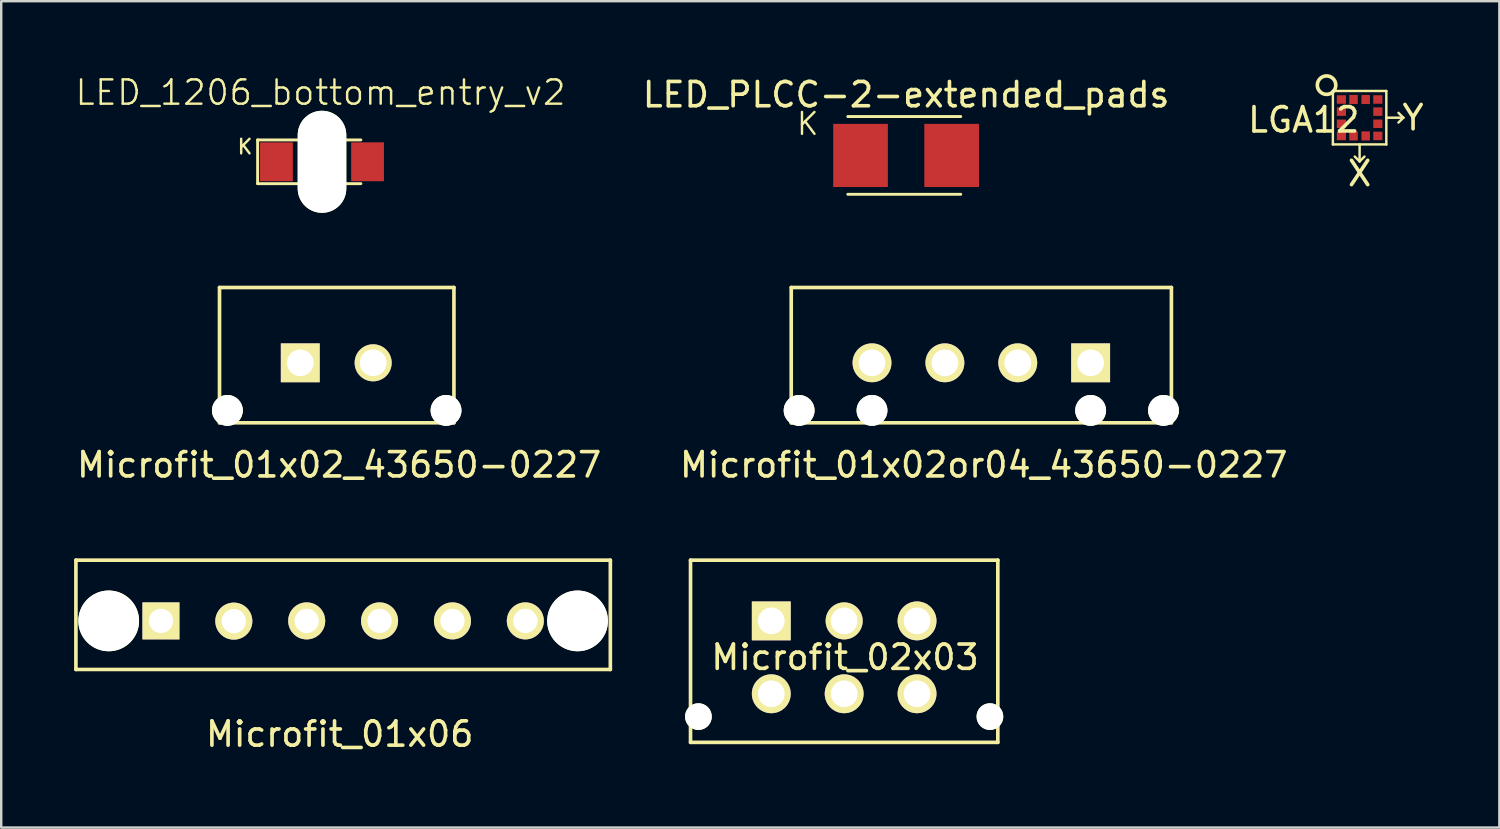
<source format=kicad_pcb>
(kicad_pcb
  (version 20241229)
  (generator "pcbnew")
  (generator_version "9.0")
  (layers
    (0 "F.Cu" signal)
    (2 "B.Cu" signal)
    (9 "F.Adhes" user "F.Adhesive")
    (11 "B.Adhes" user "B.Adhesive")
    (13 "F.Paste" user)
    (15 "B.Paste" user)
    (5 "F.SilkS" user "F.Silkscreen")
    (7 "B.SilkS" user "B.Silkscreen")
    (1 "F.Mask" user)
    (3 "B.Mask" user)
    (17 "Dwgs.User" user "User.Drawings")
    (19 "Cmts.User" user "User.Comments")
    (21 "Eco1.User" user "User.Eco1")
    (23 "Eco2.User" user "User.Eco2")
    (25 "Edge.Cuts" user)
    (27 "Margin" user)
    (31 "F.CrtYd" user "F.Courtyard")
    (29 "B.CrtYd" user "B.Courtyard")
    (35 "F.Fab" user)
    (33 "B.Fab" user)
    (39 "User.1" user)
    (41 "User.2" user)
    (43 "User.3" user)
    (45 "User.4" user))
  (footprint "Microfit_01x02_43650-0227"
    (layer "F.Cu")
    (at 10.811 11.885)
    (property "Reference" "Microfit_01x02_43650-0227" (at 0.1 4.2 0) (layer "F.SilkS") (effects (font (size 1 1) (thickness 0.15))))
    (attr through_hole)
    (fp_line (start -4.825 2.47) (end -4.825 -3.1) (stroke (width 0.15) (type solid)) (layer "F.SilkS"))
    (fp_line (start -4.825 2.47) (end 4.825 2.47) (stroke (width 0.15) (type solid)) (layer "F.SilkS"))
    (fp_line (start 4.825 -3.1) (end -4.825 -3.1) (stroke (width 0.15) (type solid)) (layer "F.SilkS"))
    (fp_line (start 4.825 -3.1) (end 4.825 2.47) (stroke (width 0.15) (type solid)) (layer "F.SilkS"))
    (pad "" np_thru_hole circle (at -4.5 1.96) (size 1.27 1.27) (drill 1.27) (layers "*.Cu" "*.Mask" "F.SilkS"))
    (pad "" np_thru_hole circle (at 4.5 1.96) (size 1.27 1.27) (drill 1.27) (layers "*.Cu" "*.Mask" "F.SilkS"))
    (pad "1" thru_hole rect (at -1.5 0) (size 1.6 1.6) (drill 1.1) (layers "*.Cu" "*.Mask" "F.SilkS"))
    (pad "2" thru_hole circle (at 1.5 0) (size 1.524 1.524) (drill 1.1) (layers "*.Cu" "*.Mask" "F.SilkS")))
  (footprint "LED_PLCC-2-extended_pads"
    (layer "F.Cu")
    (at 34.249 3.348)
    (property "Reference" "LED_PLCC-2-extended_pads" (at 0 -2.5 0) (layer "F.SilkS") (effects (font (size 1 1) (thickness 0.15))))
    (attr smd)
    (fp_line (start 2.25 -1.6) (end -2.4 -1.6) (stroke (width 0.12) (type solid)) (layer "F.SilkS"))
    (fp_line (start 2.25 1.6) (end -2.4 1.6) (stroke (width 0.12) (type solid)) (layer "F.SilkS"))
    (fp_text user "K" (at -4.05 -1.3 0) (layer "F.SilkS") (effects (font (size 0.9 0.9) (thickness 0.1))))
    (pad "1" smd rect (at -1.875 0) (size 2.25 2.6) (layers "F.Cu" "F.Mask" "F.Paste"))
    (pad "2" smd rect (at 1.875 0) (size 2.25 2.6) (layers "F.Cu" "F.Mask" "F.Paste")))
  (footprint "Microfit_02x03"
    (layer "F.Cu")
    (at 31.7 24.009)
    (property "Reference" "Microfit_02x03" (at 0.036 -0.002 0) (layer "F.SilkS") (effects (font (size 1 1) (thickness 0.15))))
    (attr through_hole)
    (fp_line (start -6.325 3.5) (end -6.325 -4) (stroke (width 0.15) (type solid)) (layer "F.SilkS"))
    (fp_line (start -6.325 3.5) (end 6.325 3.5) (stroke (width 0.15) (type solid)) (layer "F.SilkS"))
    (fp_line (start 6.325 -4) (end -6.325 -4) (stroke (width 0.15) (type solid)) (layer "F.SilkS"))
    (fp_line (start 6.325 -4) (end 6.325 3.5) (stroke (width 0.15) (type solid)) (layer "F.SilkS"))
    (pad "" np_thru_hole circle (at -6 2.44) (size 1.1 1.1) (drill 1.1) (layers "*.Cu" "*.Mask" "F.SilkS"))
    (pad "" np_thru_hole circle (at 6 2.44) (size 1.1 1.1) (drill 1.1) (layers "*.Cu" "*.Mask" "F.SilkS"))
    (pad "1" thru_hole rect (at -3 -1.5) (size 1.6 1.6) (drill 1.1) (layers "*.Cu" "*.Mask" "F.SilkS"))
    (pad "2" thru_hole circle (at 0 -1.5) (size 1.524 1.524) (drill 1.1) (layers "*.Cu" "*.Mask" "F.SilkS"))
    (pad "3" thru_hole circle (at 3 -1.5) (size 1.6 1.6) (drill 1.1) (layers "*.Cu" "*.Mask" "F.SilkS"))
    (pad "4" thru_hole circle (at -3 1.5) (size 1.6 1.6) (drill 1.1) (layers "*.Cu" "*.Mask" "F.SilkS"))
    (pad "5" thru_hole circle (at 0 1.5) (size 1.6 1.6) (drill 1.1) (layers "*.Cu" "*.Mask" "F.SilkS"))
    (pad "6" thru_hole circle (at 3 1.5) (size 1.6 1.6) (drill 1.1) (layers "*.Cu" "*.Mask" "F.SilkS")))
  (footprint "Microfit_01x06"
    (layer "F.Cu")
    (at 11.075 22.509)
    (property "Reference" "Microfit_01x06" (at -0.14 4.66 0) (layer "F.SilkS") (effects (font (size 1 1) (thickness 0.15))))
    (attr through_hole)
    (fp_line (start -11 2) (end -11 -2.5) (stroke (width 0.15) (type solid)) (layer "F.SilkS"))
    (fp_line (start -11 2) (end 11 2) (stroke (width 0.15) (type solid)) (layer "F.SilkS"))
    (fp_line (start 11 -2.5) (end -11 -2.5) (stroke (width 0.15) (type solid)) (layer "F.SilkS"))
    (fp_line (start 11 -2.5) (end 11 2) (stroke (width 0.15) (type solid)) (layer "F.SilkS"))
    (pad "" np_thru_hole circle (at -9.65 0) (size 2.5 2.5) (drill 2.5) (layers "*.Cu" "*.Mask" "F.SilkS"))
    (pad "" np_thru_hole circle (at 9.65 0) (size 2.5 2.5) (drill 2.5) (layers "*.Cu" "*.Mask" "F.SilkS"))
    (pad "1" thru_hole rect (at -7.5 0) (size 1.524 1.524) (drill 1) (layers "*.Cu" "*.Mask" "F.SilkS"))
    (pad "2" thru_hole circle (at -4.5 0.01) (size 1.524 1.524) (drill 1) (layers "*.Cu" "*.Mask" "F.SilkS"))
    (pad "3" thru_hole circle (at -1.5 0) (size 1.524 1.524) (drill 1) (layers "*.Cu" "*.Mask" "F.SilkS"))
    (pad "4" thru_hole circle (at 1.5 0) (size 1.524 1.524) (drill 1) (layers "*.Cu" "*.Mask" "F.SilkS"))
    (pad "5" thru_hole circle (at 4.5 0) (size 1.524 1.524) (drill 1) (layers "*.Cu" "*.Mask" "F.SilkS"))
    (pad "6" thru_hole circle (at 7.5 0) (size 1.524 1.524) (drill 1) (layers "*.Cu" "*.Mask" "F.SilkS")))
  (footprint "LED_1206_bottom_entry_v2"
    (layer "F.Cu")
    (at 10.205 3.61)
    (property "Reference" "LED_1206_bottom_entry_v2" (at -0.06 -2.85 0) (layer "F.SilkS") (effects (font (size 1 1) (thickness 0.1))))
    (attr smd)
    (fp_line (start -2.65 -0.9) (end -2.65 0.9) (stroke (width 0.12) (type solid)) (layer "F.SilkS"))
    (fp_line (start -2.65 -0.9) (end 1.6 -0.9) (stroke (width 0.12) (type solid)) (layer "F.SilkS"))
    (fp_line (start -2.65 0.9) (end 1.6 0.9) (stroke (width 0.12) (type solid)) (layer "F.SilkS"))
    (fp_text user "K" (at -3.17 -0.62 0) (layer "F.SilkS") (effects (font (size 0.6 0.6) (thickness 0.1))))
    (pad "" np_thru_hole oval (at 0 0) (size 2 4.2) (drill oval 2 4.2) (layers "*.Cu" "*.Mask" "F.SilkS"))
    (pad "1" smd rect (at -1.875 0 180) (size 1.35 1.6) (layers "F.Cu" "F.Mask" "F.Paste"))
    (pad "2" smd rect (at 1.875 0 180) (size 1.35 1.6) (layers "F.Cu" "F.Mask" "F.Paste")))
  (footprint "LGA12"
    (layer "F.Cu")
    (at 52.918 1.795)
    (property "Reference" "LGA12" (at -2.3 0.09 0) (layer "F.SilkS") (effects (font (size 1 1) (thickness 0.15))))
    (attr through_hole)
    (fp_line (start -1.1 -1.1) (end 1.1 -1.1) (stroke (width 0.1) (type solid)) (layer "F.SilkS"))
    (fp_line (start -1.1 1.1) (end -1.1 -1.1) (stroke (width 0.1) (type solid)) (layer "F.SilkS"))
    (fp_line (start 0 1.1) (end 0 1.8) (stroke (width 0.1) (type solid)) (layer "F.SilkS"))
    (fp_line (start 0 1.8) (end -0.2 1.6) (stroke (width 0.1) (type solid)) (layer "F.SilkS"))
    (fp_line (start 0 1.8) (end 0.2 1.6) (stroke (width 0.1) (type solid)) (layer "F.SilkS"))
    (fp_line (start 1.1 -1.1) (end 1.1 1.1) (stroke (width 0.1) (type solid)) (layer "F.SilkS"))
    (fp_line (start 1.1 0) (end 1.8 0) (stroke (width 0.1) (type solid)) (layer "F.SilkS"))
    (fp_line (start 1.1 1.1) (end -1.1 1.1) (stroke (width 0.1) (type solid)) (layer "F.SilkS"))
    (fp_line (start 1.8 0) (end 1.6 -0.2) (stroke (width 0.1) (type solid)) (layer "F.SilkS"))
    (fp_line (start 1.8 0) (end 1.6 0.2) (stroke (width 0.1) (type solid)) (layer "F.SilkS"))
    (fp_circle (center -1.36 -1.34) (end -1.05 -1.12) (stroke (width 0.15) (type solid)) (fill no) (layer "F.SilkS"))
    (fp_text user "X" (at 0 2.3 0) (layer "F.SilkS") (effects (font (size 1 1) (thickness 0.15))))
    (fp_text user "Y" (at 2.2 0 0) (layer "F.SilkS") (effects (font (size 1 1) (thickness 0.15))))
    (pad "1" smd rect (at -0.75 -0.75) (size 0.375 0.35) (layers "F.Cu" "F.Mask" "F.Paste"))
    (pad "2" smd rect (at -0.75 -0.25) (size 0.375 0.35) (layers "F.Cu" "F.Mask" "F.Paste"))
    (pad "3" smd rect (at -0.75 0.25) (size 0.375 0.35) (layers "F.Cu" "F.Mask" "F.Paste"))
    (pad "4" smd rect (at -0.75 0.75) (size 0.375 0.35) (layers "F.Cu" "F.Mask" "F.Paste"))
    (pad "5" smd rect (at -0.25 0.75) (size 0.35 0.375) (layers "F.Cu" "F.Mask" "F.Paste"))
    (pad "6" smd rect (at 0.25 0.75) (size 0.35 0.375) (layers "F.Cu" "F.Mask" "F.Paste"))
    (pad "7" smd rect (at 0.75 0.75) (size 0.375 0.35) (layers "F.Cu" "F.Mask" "F.Paste"))
    (pad "8" smd rect (at 0.75 0.25) (size 0.375 0.35) (layers "F.Cu" "F.Mask" "F.Paste"))
    (pad "9" smd rect (at 0.75 -0.25) (size 0.375 0.35) (layers "F.Cu" "F.Mask" "F.Paste"))
    (pad "10" smd rect (at 0.75 -0.75) (size 0.375 0.35) (layers "F.Cu" "F.Mask" "F.Paste"))
    (pad "11" smd rect (at 0.25 -0.75) (size 0.35 0.375) (layers "F.Cu" "F.Mask" "F.Paste"))
    (pad "12" smd rect (at -0.25 -0.75) (size 0.35 0.375) (layers "F.Cu" "F.Mask" "F.Paste")))
  (footprint "Microfit_01x02or04_43650-0227"
    (layer "F.Cu")
    (at 37.346 11.885)
    (property "Reference" "Microfit_01x02or04_43650-0227" (at 0.1 4.2 0) (layer "F.SilkS") (effects (font (size 1 1) (thickness 0.15))))
    (attr through_hole)
    (fp_line (start -7.825 2.47) (end -7.825 -3.1) (stroke (width 0.15) (type solid)) (layer "F.SilkS"))
    (fp_line (start -7.825 2.47) (end 7.825 2.47) (stroke (width 0.15) (type solid)) (layer "F.SilkS"))
    (fp_line (start 7.825 -3.1) (end -7.825 -3.1) (stroke (width 0.15) (type solid)) (layer "F.SilkS"))
    (fp_line (start 7.825 -3.1) (end 7.825 2.47) (stroke (width 0.15) (type solid)) (layer "F.SilkS"))
    (pad "" np_thru_hole circle (at -7.5 1.96) (size 1.27 1.27) (drill 1.27) (layers "*.Cu" "*.Mask" "F.SilkS"))
    (pad "" np_thru_hole circle (at -4.5 1.96) (size 1.27 1.27) (drill 1.27) (layers "*.Cu" "*.Mask" "F.SilkS"))
    (pad "" np_thru_hole circle (at 4.5 1.96) (size 1.27 1.27) (drill 1.27) (layers "*.Cu" "*.Mask" "F.SilkS"))
    (pad "" np_thru_hole circle (at 7.5 1.96) (size 1.27 1.27) (drill 1.27) (layers "*.Cu" "*.Mask" "F.SilkS"))
    (pad "1" thru_hole rect (at 4.5 0) (size 1.6 1.6) (drill 1.1) (layers "*.Cu" "*.Mask" "F.SilkS"))
    (pad "2" thru_hole circle (at 1.5 0) (size 1.6 1.6) (drill 1.1) (layers "*.Cu" "*.Mask" "F.SilkS"))
    (pad "3" thru_hole circle (at -1.5 0) (size 1.6 1.6) (drill 1.1) (layers "*.Cu" "*.Mask" "F.SilkS"))
    (pad "4" thru_hole circle (at -4.5 0) (size 1.6 1.6) (drill 1.1) (layers "*.Cu" "*.Mask" "F.SilkS")))
  (gr_rect
    (start -3 -3)
    (end 58.671 31.017)
    (stroke (width 0.1) (type default))
    (fill no)
    (layer "Edge.Cuts")))
</source>
